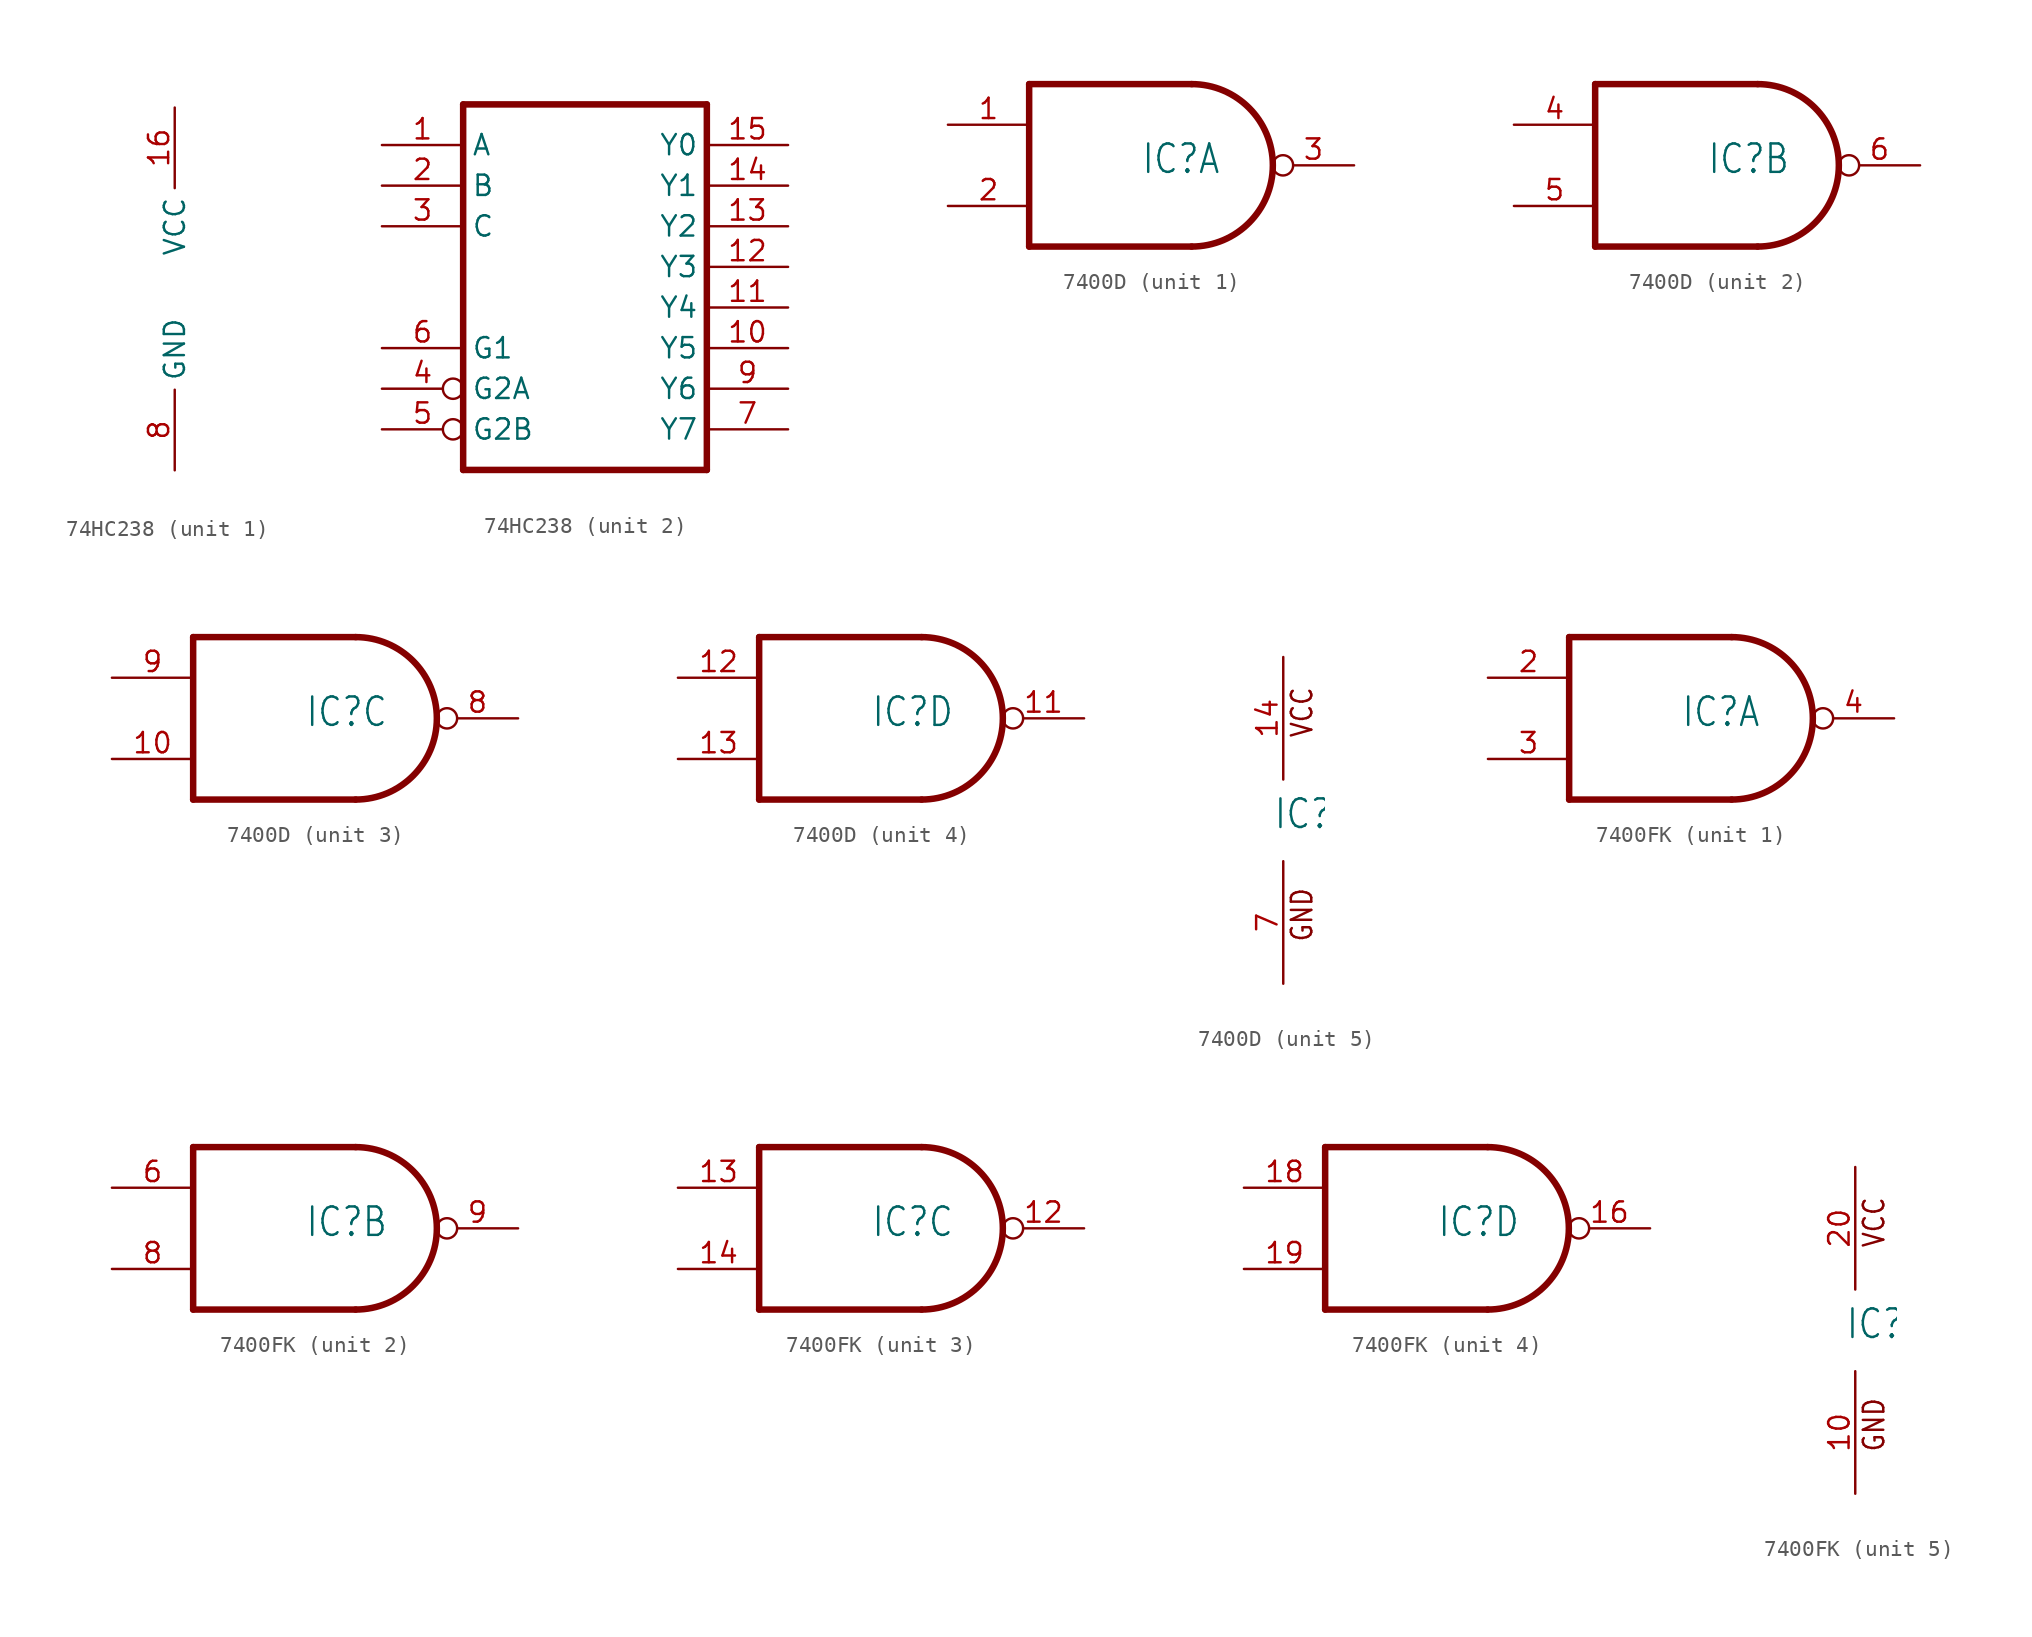
<source format=kicad_sym>
(kicad_symbol_lib
  (version 20220914)
  (generator kicad_symbol_editor)
  (symbol "74HC238"
    (property "Reference" ""
      (at -10.16 10.795 0)
      (effects (font (size 1.778 1.511)) (justify left bottom) hide))
    (property "ki_locked" ""
      (at 0 0 0)
      (effects (font (size 1.27 1.27))))
    (symbol "74HC238_1_0"
      (pin power_in line (at 0 12.7 270) (length 5.08) (name "VCC" (effects (font (size 1.27 1.27)))) (number "16" (effects (font (size 1.27 1.27)))))
      (pin power_in line (at 0 -10.16 90) (length 5.08) (name "GND" (effects (font (size 1.27 1.27)))) (number "8" (effects (font (size 1.27 1.27))))))
    (symbol "74HC238_2_0"
      (polyline (pts (xy -10.16 -12.7) (xy 5.08 -12.7)) (stroke (width 0.406) (type solid)) (fill (type none)))
      (polyline (pts (xy -10.16 10.16) (xy -10.16 -12.7)) (stroke (width 0.406) (type solid)) (fill (type none)))
      (polyline (pts (xy 5.08 -12.7) (xy 5.08 10.16)) (stroke (width 0.406) (type solid)) (fill (type none)))
      (polyline (pts (xy 5.08 10.16) (xy -10.16 10.16)) (stroke (width 0.406) (type solid)) (fill (type none)))
      (pin input line (at -15.24 7.62 0) (length 5.08) (name "A" (effects (font (size 1.27 1.27)))) (number "1" (effects (font (size 1.27 1.27)))))
      (pin output line (at 10.16 -5.08 180) (length 5.08) (name "Y5" (effects (font (size 1.27 1.27)))) (number "10" (effects (font (size 1.27 1.27)))))
      (pin output line (at 10.16 -2.54 180) (length 5.08) (name "Y4" (effects (font (size 1.27 1.27)))) (number "11" (effects (font (size 1.27 1.27)))))
      (pin output line (at 10.16 0 180) (length 5.08) (name "Y3" (effects (font (size 1.27 1.27)))) (number "12" (effects (font (size 1.27 1.27)))))
      (pin output line (at 10.16 2.54 180) (length 5.08) (name "Y2" (effects (font (size 1.27 1.27)))) (number "13" (effects (font (size 1.27 1.27)))))
      (pin output line (at 10.16 5.08 180) (length 5.08) (name "Y1" (effects (font (size 1.27 1.27)))) (number "14" (effects (font (size 1.27 1.27)))))
      (pin output line (at 10.16 7.62 180) (length 5.08) (name "Y0" (effects (font (size 1.27 1.27)))) (number "15" (effects (font (size 1.27 1.27)))))
      (pin input line (at -15.24 5.08 0) (length 5.08) (name "B" (effects (font (size 1.27 1.27)))) (number "2" (effects (font (size 1.27 1.27)))))
      (pin input line (at -15.24 2.54 0) (length 5.08) (name "C" (effects (font (size 1.27 1.27)))) (number "3" (effects (font (size 1.27 1.27)))))
      (pin input inverted (at -15.24 -7.62 0) (length 5.08) (name "G2A" (effects (font (size 1.27 1.27)))) (number "4" (effects (font (size 1.27 1.27)))))
      (pin input inverted (at -15.24 -10.16 0) (length 5.08) (name "G2B" (effects (font (size 1.27 1.27)))) (number "5" (effects (font (size 1.27 1.27)))))
      (pin input line (at -15.24 -5.08 0) (length 5.08) (name "G1" (effects (font (size 1.27 1.27)))) (number "6" (effects (font (size 1.27 1.27)))))
      (pin output line (at 10.16 -10.16 180) (length 5.08) (name "Y7" (effects (font (size 1.27 1.27)))) (number "7" (effects (font (size 1.27 1.27)))))
      (pin output line (at 10.16 -7.62 180) (length 5.08) (name "Y6" (effects (font (size 1.27 1.27)))) (number "9" (effects (font (size 1.27 1.27)))))))
  (symbol "7400D"
    (property "Reference" "IC"
      (at -0.635 -0.635 0)
      (effects (font (size 1.778 1.511)) (justify left bottom)))
    (property "ki_locked" ""
      (at 0 0 0)
      (effects (font (size 1.27 1.27))))
    (symbol "7400D_1_0"
      (polyline (pts (xy -7.62 -5.08) (xy 2.54 -5.08)) (stroke (width 0.406) (type solid)) (fill (type none)))
      (polyline (pts (xy -7.62 5.08) (xy -7.62 -5.08)) (stroke (width 0.406) (type solid)) (fill (type none)))
      (polyline (pts (xy 2.54 5.08) (xy -7.62 5.08)) (stroke (width 0.406) (type solid)) (fill (type none)))
      (arc (start 2.5398 -5.08) (mid 7.5978 -0.0001) (end 2.54 5.08) (stroke (width 0.4064) (type solid)) (fill (type none)))
      (pin input line (at -12.7 2.54 0) (length 5.08) (name "I0" (effects (font (size 0 0)))) (number "1" (effects (font (size 1.27 1.27)))))
      (pin input line (at -12.7 -2.54 0) (length 5.08) (name "I1" (effects (font (size 0 0)))) (number "2" (effects (font (size 1.27 1.27)))))
      (pin output inverted (at 12.7 0 180) (length 5.08) (name "O" (effects (font (size 0 0)))) (number "3" (effects (font (size 1.27 1.27))))))
    (symbol "7400D_2_0"
      (polyline (pts (xy -7.62 -5.08) (xy 2.54 -5.08)) (stroke (width 0.406) (type solid)) (fill (type none)))
      (polyline (pts (xy -7.62 5.08) (xy -7.62 -5.08)) (stroke (width 0.406) (type solid)) (fill (type none)))
      (polyline (pts (xy 2.54 5.08) (xy -7.62 5.08)) (stroke (width 0.406) (type solid)) (fill (type none)))
      (arc (start 2.5398 -5.08) (mid 7.5978 -0.0001) (end 2.54 5.08) (stroke (width 0.4064) (type solid)) (fill (type none)))
      (pin input line (at -12.7 2.54 0) (length 5.08) (name "I0" (effects (font (size 0 0)))) (number "4" (effects (font (size 1.27 1.27)))))
      (pin input line (at -12.7 -2.54 0) (length 5.08) (name "I1" (effects (font (size 0 0)))) (number "5" (effects (font (size 1.27 1.27)))))
      (pin output inverted (at 12.7 0 180) (length 5.08) (name "O" (effects (font (size 0 0)))) (number "6" (effects (font (size 1.27 1.27))))))
    (symbol "7400D_3_0"
      (polyline (pts (xy -7.62 -5.08) (xy 2.54 -5.08)) (stroke (width 0.406) (type solid)) (fill (type none)))
      (polyline (pts (xy -7.62 5.08) (xy -7.62 -5.08)) (stroke (width 0.406) (type solid)) (fill (type none)))
      (polyline (pts (xy 2.54 5.08) (xy -7.62 5.08)) (stroke (width 0.406) (type solid)) (fill (type none)))
      (arc (start 2.5398 -5.08) (mid 7.5978 -0.0001) (end 2.54 5.08) (stroke (width 0.4064) (type solid)) (fill (type none)))
      (pin input line (at -12.7 -2.54 0) (length 5.08) (name "I1" (effects (font (size 0 0)))) (number "10" (effects (font (size 1.27 1.27)))))
      (pin output inverted (at 12.7 0 180) (length 5.08) (name "O" (effects (font (size 0 0)))) (number "8" (effects (font (size 1.27 1.27)))))
      (pin input line (at -12.7 2.54 0) (length 5.08) (name "I0" (effects (font (size 0 0)))) (number "9" (effects (font (size 1.27 1.27))))))
    (symbol "7400D_4_0"
      (polyline (pts (xy -7.62 -5.08) (xy 2.54 -5.08)) (stroke (width 0.406) (type solid)) (fill (type none)))
      (polyline (pts (xy -7.62 5.08) (xy -7.62 -5.08)) (stroke (width 0.406) (type solid)) (fill (type none)))
      (polyline (pts (xy 2.54 5.08) (xy -7.62 5.08)) (stroke (width 0.406) (type solid)) (fill (type none)))
      (arc (start 2.5398 -5.08) (mid 7.5978 -0.0001) (end 2.54 5.08) (stroke (width 0.4064) (type solid)) (fill (type none)))
      (pin output inverted (at 12.7 0 180) (length 5.08) (name "O" (effects (font (size 0 0)))) (number "11" (effects (font (size 1.27 1.27)))))
      (pin input line (at -12.7 2.54 0) (length 5.08) (name "I0" (effects (font (size 0 0)))) (number "12" (effects (font (size 1.27 1.27)))))
      (pin input line (at -12.7 -2.54 0) (length 5.08) (name "I1" (effects (font (size 0 0)))) (number "13" (effects (font (size 1.27 1.27))))))
    (symbol "7400D_5_0"
      (text "GND" (at 1.905 -7.62 900) (effects (font (size 1.27 1.079)) (justify left bottom)))
      (text "VCC" (at 1.905 5.08 900) (effects (font (size 1.27 1.079)) (justify left bottom)))
      (pin power_in line (at 0 10.16 270) (length 7.62) (name "VCC" (effects (font (size 0 0)))) (number "14" (effects (font (size 1.27 1.27)))))
      (pin power_in line (at 0 -10.16 90) (length 7.62) (name "GND" (effects (font (size 0 0)))) (number "7" (effects (font (size 1.27 1.27)))))))
  (symbol "7400FK"
    (property "Reference" "IC"
      (at -0.635 -0.635 0)
      (effects (font (size 1.778 1.511)) (justify left bottom)))
    (property "ki_locked" ""
      (at 0 0 0)
      (effects (font (size 1.27 1.27))))
    (symbol "7400FK_1_0"
      (polyline (pts (xy -7.62 -5.08) (xy 2.54 -5.08)) (stroke (width 0.406) (type solid)) (fill (type none)))
      (polyline (pts (xy -7.62 5.08) (xy -7.62 -5.08)) (stroke (width 0.406) (type solid)) (fill (type none)))
      (polyline (pts (xy 2.54 5.08) (xy -7.62 5.08)) (stroke (width 0.406) (type solid)) (fill (type none)))
      (arc (start 2.5398 -5.08) (mid 7.5978 -0.0001) (end 2.54 5.08) (stroke (width 0.4064) (type solid)) (fill (type none)))
      (pin input line (at -12.7 2.54 0) (length 5.08) (name "I0" (effects (font (size 0 0)))) (number "2" (effects (font (size 1.27 1.27)))))
      (pin input line (at -12.7 -2.54 0) (length 5.08) (name "I1" (effects (font (size 0 0)))) (number "3" (effects (font (size 1.27 1.27)))))
      (pin output inverted (at 12.7 0 180) (length 5.08) (name "O" (effects (font (size 0 0)))) (number "4" (effects (font (size 1.27 1.27))))))
    (symbol "7400FK_2_0"
      (polyline (pts (xy -7.62 -5.08) (xy 2.54 -5.08)) (stroke (width 0.406) (type solid)) (fill (type none)))
      (polyline (pts (xy -7.62 5.08) (xy -7.62 -5.08)) (stroke (width 0.406) (type solid)) (fill (type none)))
      (polyline (pts (xy 2.54 5.08) (xy -7.62 5.08)) (stroke (width 0.406) (type solid)) (fill (type none)))
      (arc (start 2.5398 -5.08) (mid 7.5978 -0.0001) (end 2.54 5.08) (stroke (width 0.4064) (type solid)) (fill (type none)))
      (pin input line (at -12.7 2.54 0) (length 5.08) (name "I0" (effects (font (size 0 0)))) (number "6" (effects (font (size 1.27 1.27)))))
      (pin input line (at -12.7 -2.54 0) (length 5.08) (name "I1" (effects (font (size 0 0)))) (number "8" (effects (font (size 1.27 1.27)))))
      (pin output inverted (at 12.7 0 180) (length 5.08) (name "O" (effects (font (size 0 0)))) (number "9" (effects (font (size 1.27 1.27))))))
    (symbol "7400FK_3_0"
      (polyline (pts (xy -7.62 -5.08) (xy 2.54 -5.08)) (stroke (width 0.406) (type solid)) (fill (type none)))
      (polyline (pts (xy -7.62 5.08) (xy -7.62 -5.08)) (stroke (width 0.406) (type solid)) (fill (type none)))
      (polyline (pts (xy 2.54 5.08) (xy -7.62 5.08)) (stroke (width 0.406) (type solid)) (fill (type none)))
      (arc (start 2.5398 -5.08) (mid 7.5978 -0.0001) (end 2.54 5.08) (stroke (width 0.4064) (type solid)) (fill (type none)))
      (pin output inverted (at 12.7 0 180) (length 5.08) (name "O" (effects (font (size 0 0)))) (number "12" (effects (font (size 1.27 1.27)))))
      (pin input line (at -12.7 2.54 0) (length 5.08) (name "I0" (effects (font (size 0 0)))) (number "13" (effects (font (size 1.27 1.27)))))
      (pin input line (at -12.7 -2.54 0) (length 5.08) (name "I1" (effects (font (size 0 0)))) (number "14" (effects (font (size 1.27 1.27))))))
    (symbol "7400FK_4_0"
      (polyline (pts (xy -7.62 -5.08) (xy 2.54 -5.08)) (stroke (width 0.406) (type solid)) (fill (type none)))
      (polyline (pts (xy -7.62 5.08) (xy -7.62 -5.08)) (stroke (width 0.406) (type solid)) (fill (type none)))
      (polyline (pts (xy 2.54 5.08) (xy -7.62 5.08)) (stroke (width 0.406) (type solid)) (fill (type none)))
      (arc (start 2.5398 -5.08) (mid 7.5978 -0.0001) (end 2.54 5.08) (stroke (width 0.4064) (type solid)) (fill (type none)))
      (pin output inverted (at 12.7 0 180) (length 5.08) (name "O" (effects (font (size 0 0)))) (number "16" (effects (font (size 1.27 1.27)))))
      (pin input line (at -12.7 2.54 0) (length 5.08) (name "I0" (effects (font (size 0 0)))) (number "18" (effects (font (size 1.27 1.27)))))
      (pin input line (at -12.7 -2.54 0) (length 5.08) (name "I1" (effects (font (size 0 0)))) (number "19" (effects (font (size 1.27 1.27))))))
    (symbol "7400FK_5_0"
      (text "GND" (at 1.905 -7.62 900) (effects (font (size 1.27 1.079)) (justify left bottom)))
      (text "VCC" (at 1.905 5.08 900) (effects (font (size 1.27 1.079)) (justify left bottom)))
      (pin power_in line (at 0 -10.16 90) (length 7.62) (name "GND" (effects (font (size 0 0)))) (number "10" (effects (font (size 1.27 1.27)))))
      (pin power_in line (at 0 10.16 270) (length 7.62) (name "VCC" (effects (font (size 0 0)))) (number "20" (effects (font (size 1.27 1.27))))))))
</source>
